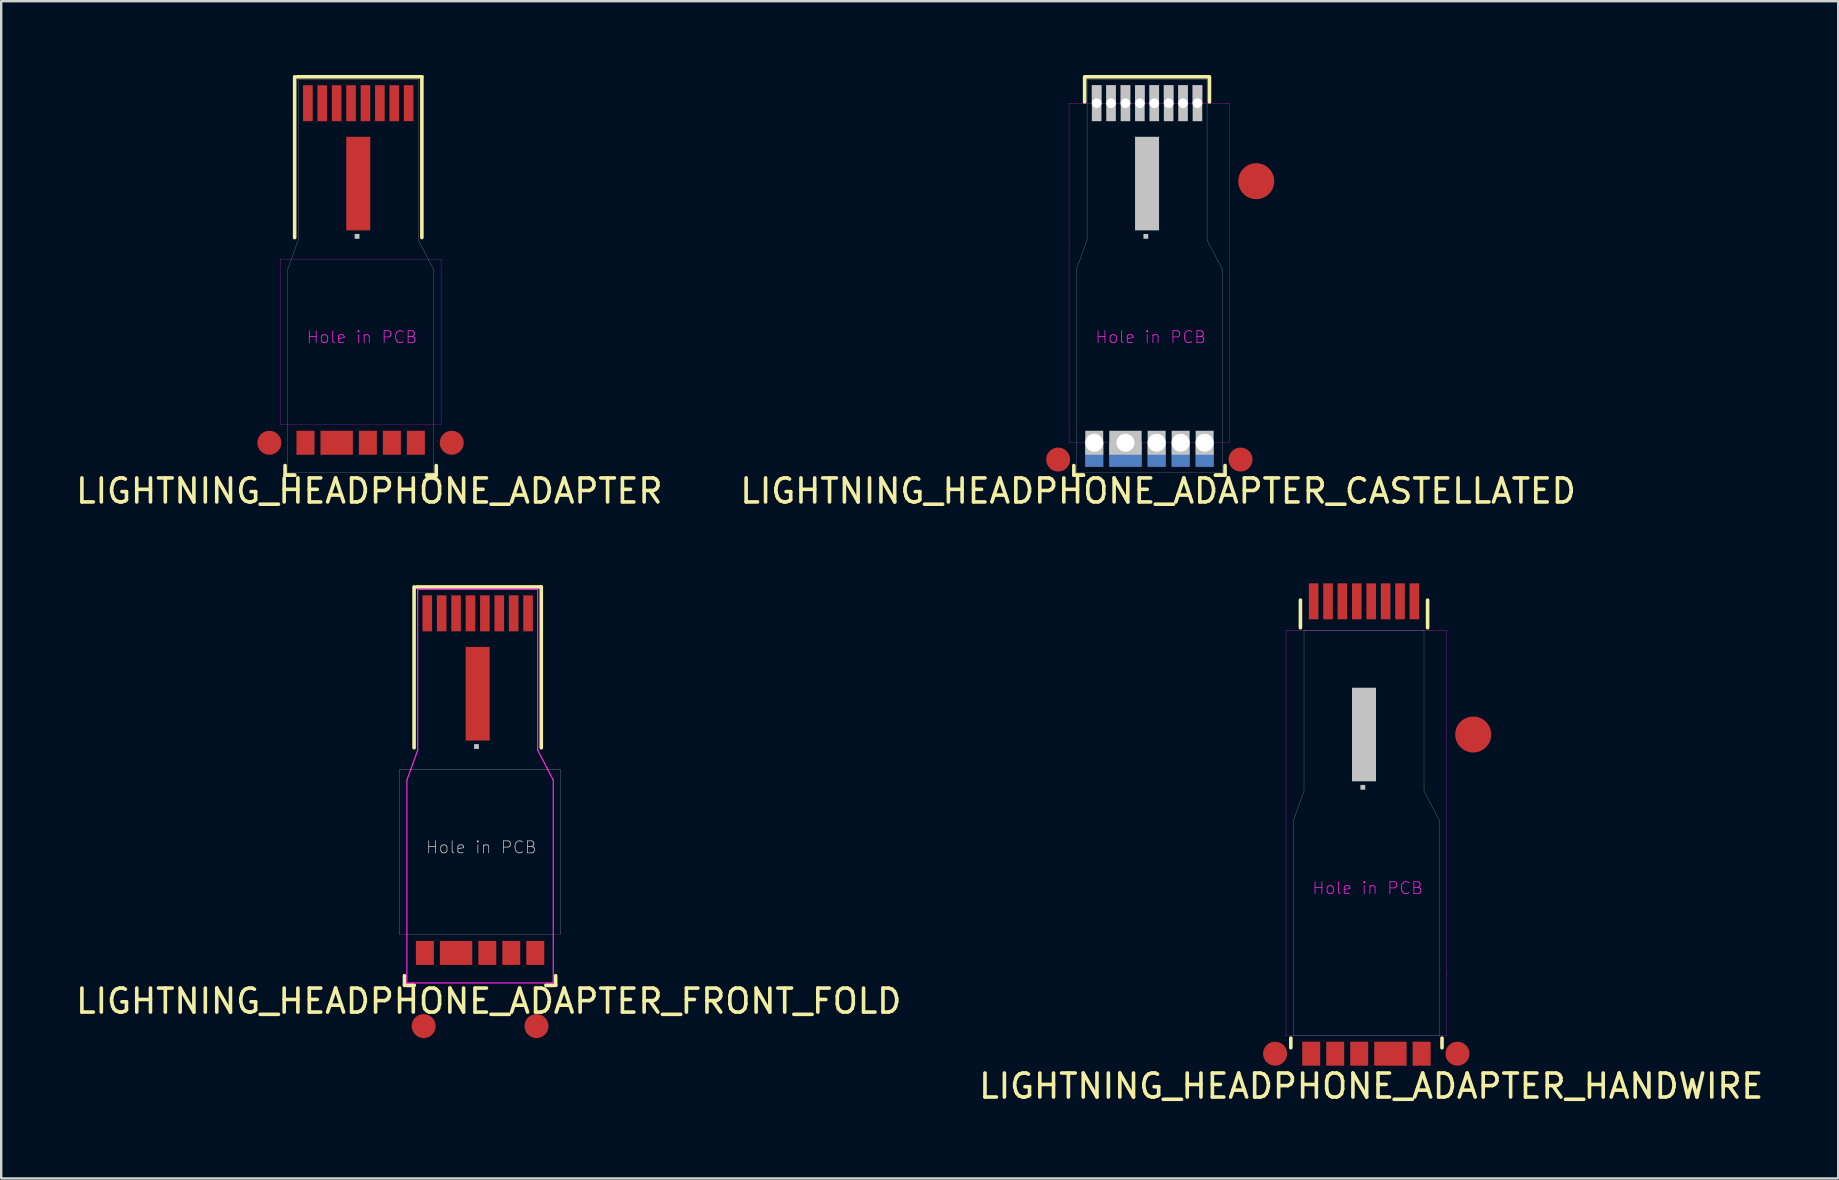
<source format=kicad_pcb>
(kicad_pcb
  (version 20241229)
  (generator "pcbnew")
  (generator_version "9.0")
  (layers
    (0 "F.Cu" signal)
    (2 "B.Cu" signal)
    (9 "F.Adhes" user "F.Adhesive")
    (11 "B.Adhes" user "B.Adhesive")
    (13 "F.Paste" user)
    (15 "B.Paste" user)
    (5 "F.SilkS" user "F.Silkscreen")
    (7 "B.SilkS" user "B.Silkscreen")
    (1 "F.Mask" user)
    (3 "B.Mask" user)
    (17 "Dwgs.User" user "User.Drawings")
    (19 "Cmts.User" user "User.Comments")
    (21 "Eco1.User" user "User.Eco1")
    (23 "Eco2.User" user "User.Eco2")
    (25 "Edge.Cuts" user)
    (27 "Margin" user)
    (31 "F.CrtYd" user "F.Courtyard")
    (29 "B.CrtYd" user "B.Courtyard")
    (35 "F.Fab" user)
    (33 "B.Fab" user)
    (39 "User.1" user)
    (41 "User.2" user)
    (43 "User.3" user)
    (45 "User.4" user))
  (footprint "LIGHTNING_HEADPHONE_ADAPTER_FRONT_FOLD"
    (layer "F.Cu")
    (at 13.905 21.508)
    (property "Reference" "LIGHTNING_HEADPHONE_ADAPTER_FRONT_FOLD" (at 3.41 17.16 0) (layer "F.SilkS") (effects (font (size 1 1) (thickness 0.15))))
    (attr through_hole)
    (fp_line (start -0.1 16.5) (end -0.1 16.1) (stroke (width 0.15) (type solid)) (layer "F.SilkS"))
    (fp_line (start 0 16.5) (end 0.3 16.5) (stroke (width 0.15) (type solid)) (layer "F.SilkS"))
    (fp_line (start 0.3 -0.1) (end 0.3 6.6) (stroke (width 0.15) (type solid)) (layer "F.SilkS"))
    (fp_line (start 0.3 16.5) (end -0.1 16.5) (stroke (width 0.15) (type solid)) (layer "F.SilkS"))
    (fp_line (start 0.4 -0.1) (end 5.6 -0.1) (stroke (width 0.15) (type solid)) (layer "F.SilkS"))
    (fp_line (start 5.6 -0.1) (end 5.6 6.6) (stroke (width 0.15) (type solid)) (layer "F.SilkS"))
    (fp_line (start 5.8 16.5) (end 6.2 16.5) (stroke (width 0.15) (type solid)) (layer "F.SilkS"))
    (fp_line (start 6.1 16.5) (end 5.8 16.5) (stroke (width 0.15) (type solid)) (layer "F.SilkS"))
    (fp_line (start 6.2 16.5) (end 6.2 16.1) (stroke (width 0.15) (type solid)) (layer "F.SilkS"))
    (fp_line (start -0.3 7.5) (end 6.4 7.5) (stroke (width 0.01) (type solid)) (layer "Dwgs.User"))
    (fp_line (start -0.3 14.4) (end -0.3 7.5) (stroke (width 0.01) (type solid)) (layer "Dwgs.User"))
    (fp_line (start 0 14.4) (end 6.1 14.4) (stroke (width 0.01) (type solid)) (layer "Dwgs.User"))
    (fp_line (start 6.4 7.5) (end 6.4 14.35) (stroke (width 0.01) (type solid)) (layer "Dwgs.User"))
    (fp_line (start 0 7.95) (end 0.45 6.7) (stroke (width 0.05) (type solid)) (layer "F.CrtYd"))
    (fp_line (start 0 14.4) (end -0.3 14.4) (stroke (width 0.01) (type solid)) (layer "F.CrtYd"))
    (fp_line (start 0 16.4) (end 0 7.95) (stroke (width 0.05) (type solid)) (layer "F.CrtYd"))
    (fp_line (start 0.45 0) (end 5.45 0) (stroke (width 0.05) (type solid)) (layer "F.CrtYd"))
    (fp_line (start 0.45 6.7) (end 0.45 0) (stroke (width 0.05) (type solid)) (layer "F.CrtYd"))
    (fp_line (start 5.45 0) (end 5.45 6.7) (stroke (width 0.05) (type solid)) (layer "F.CrtYd"))
    (fp_line (start 5.45 6.7) (end 6.1 7.95) (stroke (width 0.05) (type solid)) (layer "F.CrtYd"))
    (fp_line (start 6.1 7.95) (end 6.1 16.4) (stroke (width 0.05) (type solid)) (layer "F.CrtYd"))
    (fp_line (start 6.1 14.4) (end 6.4 14.4) (stroke (width 0.01) (type solid)) (layer "F.CrtYd"))
    (fp_line (start 6.1 16.4) (end 0 16.4) (stroke (width 0.05) (type solid)) (layer "F.CrtYd"))
    (fp_line (start 6.4 14.35) (end 6.4 14.4) (stroke (width 0.01) (type solid)) (layer "F.CrtYd"))
    (fp_text user "Hole in PCB" (at 3.1 10.75 0) (layer "Dwgs.User") (effects (font (size 0.5 0.5) (thickness 0.032))))
    (pad "" smd rect (at 2.9 6.55) (size 0.2 0.2) (layers "Dwgs.User"))
    (pad "1" smd rect (at 2.95 4.35) (size 1 3.9) (layers "F.Cu" "F.Mask" "F.Paste"))
    (pad "2" smd rect (at 0.85 1) (size 0.4 1.5) (layers "F.Cu" "F.Mask" "F.Paste"))
    (pad "3" smd rect (at 1.45 1) (size 0.4 1.5) (layers "F.Cu" "F.Mask" "F.Paste"))
    (pad "4" smd rect (at 2.05 1) (size 0.4 1.5) (layers "F.Cu" "F.Mask" "F.Paste"))
    (pad "5" smd rect (at 2.65 1) (size 0.4 1.5) (layers "F.Cu" "F.Mask" "F.Paste"))
    (pad "6" smd rect (at 3.25 1) (size 0.4 1.5) (layers "F.Cu" "F.Mask" "F.Paste"))
    (pad "7" smd rect (at 3.85 1) (size 0.4 1.5) (layers "F.Cu" "F.Mask" "F.Paste"))
    (pad "8" smd rect (at 4.45 1) (size 0.4 1.5) (layers "F.Cu" "F.Mask" "F.Paste"))
    (pad "9" smd rect (at 5.05 1) (size 0.4 1.5) (layers "F.Cu" "F.Mask" "F.Paste"))
    (pad "11" smd rect (at 0.75 15.15) (size 0.75 1) (layers "F.Cu" "F.Mask" "F.Paste"))
    (pad "12" smd rect (at 2.05 15.15) (size 1.35 1) (layers "F.Cu" "F.Mask" "F.Paste"))
    (pad "13" smd rect (at 3.35 15.15) (size 0.75 1) (layers "F.Cu" "F.Mask" "F.Paste"))
    (pad "14" smd rect (at 4.35 15.15) (size 0.75 1) (layers "F.Cu" "F.Mask" "F.Paste"))
    (pad "15" smd rect (at 5.35 15.15) (size 0.75 1) (layers "F.Cu" "F.Mask" "F.Paste"))
    (pad "16" smd circle (at 0.7 18.2) (size 1 1) (layers "F.Cu" "F.Mask" "F.Paste"))
    (pad "17" smd circle (at 5.4 18.2) (size 1 1) (layers "F.Cu" "F.Mask" "F.Paste")))
  (footprint "LIGHTNING_HEADPHONE_ADAPTER"
    (layer "F.Cu")
    (at 8.929 0.25)
    (property "Reference" "LIGHTNING_HEADPHONE_ADAPTER" (at 3.41 17.16 0) (layer "F.SilkS") (effects (font (size 1 1) (thickness 0.15))))
    (attr through_hole)
    (fp_line (start -0.1 16.5) (end -0.1 16.1) (stroke (width 0.15) (type solid)) (layer "F.SilkS"))
    (fp_line (start 0 16.5) (end 0.3 16.5) (stroke (width 0.15) (type solid)) (layer "F.SilkS"))
    (fp_line (start 0.3 -0.1) (end 0.3 6.6) (stroke (width 0.15) (type solid)) (layer "F.SilkS"))
    (fp_line (start 0.3 16.5) (end -0.1 16.5) (stroke (width 0.15) (type solid)) (layer "F.SilkS"))
    (fp_line (start 0.4 -0.1) (end 5.6 -0.1) (stroke (width 0.15) (type solid)) (layer "F.SilkS"))
    (fp_line (start 5.6 -0.1) (end 5.6 6.6) (stroke (width 0.15) (type solid)) (layer "F.SilkS"))
    (fp_line (start 5.8 16.5) (end 6.2 16.5) (stroke (width 0.15) (type solid)) (layer "F.SilkS"))
    (fp_line (start 6.1 16.5) (end 5.8 16.5) (stroke (width 0.15) (type solid)) (layer "F.SilkS"))
    (fp_line (start 6.2 16.5) (end 6.2 16.1) (stroke (width 0.15) (type solid)) (layer "F.SilkS"))
    (fp_line (start -0.3 7.5) (end 6.4 7.5) (stroke (width 0.01) (type solid)) (layer "F.CrtYd"))
    (fp_line (start -0.3 14.4) (end -0.3 7.5) (stroke (width 0.01) (type solid)) (layer "F.CrtYd"))
    (fp_line (start 0 14.4) (end -0.3 14.4) (stroke (width 0.01) (type solid)) (layer "F.CrtYd"))
    (fp_line (start 0 14.4) (end 6.1 14.4) (stroke (width 0.01) (type solid)) (layer "F.CrtYd"))
    (fp_line (start 6.1 14.4) (end 6.4 14.4) (stroke (width 0.01) (type solid)) (layer "F.CrtYd"))
    (fp_line (start 6.4 7.5) (end 6.4 14.35) (stroke (width 0.01) (type solid)) (layer "F.CrtYd"))
    (fp_line (start 6.4 14.35) (end 6.4 14.4) (stroke (width 0.01) (type solid)) (layer "F.CrtYd"))
    (fp_line (start 0 7.95) (end 0.45 6.7) (stroke (width 0.01) (type solid)) (layer "F.Fab"))
    (fp_line (start 0 16.4) (end 0 7.95) (stroke (width 0.01) (type solid)) (layer "F.Fab"))
    (fp_line (start 0.05 16.4) (end 0 16.4) (stroke (width 0.01) (type solid)) (layer "F.Fab"))
    (fp_line (start 0.05 16.4) (end 6.1 16.4) (stroke (width 0.01) (type solid)) (layer "F.Fab"))
    (fp_line (start 0.45 0) (end 5.45 0) (stroke (width 0.01) (type solid)) (layer "F.Fab"))
    (fp_line (start 0.45 6.7) (end 0.45 0) (stroke (width 0.01) (type solid)) (layer "F.Fab"))
    (fp_line (start 5.45 0) (end 5.45 6.7) (stroke (width 0.01) (type solid)) (layer "F.Fab"))
    (fp_line (start 5.45 6.7) (end 6.1 7.95) (stroke (width 0.01) (type solid)) (layer "F.Fab"))
    (fp_line (start 6.1 7.95) (end 6.1 16.4) (stroke (width 0.01) (type solid)) (layer "F.Fab"))
    (fp_text user "Hole in PCB" (at 3.1 10.75 0) (layer "F.CrtYd") (effects (font (size 0.5 0.5) (thickness 0.032))))
    (pad "" smd rect (at 2.9 6.55) (size 0.2 0.2) (layers "Dwgs.User"))
    (pad "1" smd rect (at 2.95 4.35) (size 1 3.9) (layers "F.Cu" "F.Mask" "F.Paste"))
    (pad "2" smd rect (at 0.85 1) (size 0.4 1.5) (layers "F.Cu" "F.Mask" "F.Paste"))
    (pad "3" smd rect (at 1.45 1) (size 0.4 1.5) (layers "F.Cu" "F.Mask" "F.Paste"))
    (pad "4" smd rect (at 2.05 1) (size 0.4 1.5) (layers "F.Cu" "F.Mask" "F.Paste"))
    (pad "5" smd rect (at 2.65 1) (size 0.4 1.5) (layers "F.Cu" "F.Mask" "F.Paste"))
    (pad "6" smd rect (at 3.25 1) (size 0.4 1.5) (layers "F.Cu" "F.Mask" "F.Paste"))
    (pad "7" smd rect (at 3.85 1) (size 0.4 1.5) (layers "F.Cu" "F.Mask" "F.Paste"))
    (pad "8" smd rect (at 4.45 1) (size 0.4 1.5) (layers "F.Cu" "F.Mask" "F.Paste"))
    (pad "9" smd rect (at 5.05 1) (size 0.4 1.5) (layers "F.Cu" "F.Mask" "F.Paste"))
    (pad "11" smd rect (at 0.75 15.15) (size 0.75 1) (layers "F.Cu" "F.Mask" "F.Paste"))
    (pad "12" smd rect (at 2.05 15.15) (size 1.35 1) (layers "F.Cu" "F.Mask" "F.Paste"))
    (pad "13" smd rect (at 3.35 15.15) (size 0.75 1) (layers "F.Cu" "F.Mask" "F.Paste"))
    (pad "14" smd rect (at 4.35 15.15) (size 0.75 1) (layers "F.Cu" "F.Mask" "F.Paste"))
    (pad "15" smd rect (at 5.35 15.15) (size 0.75 1) (layers "F.Cu" "F.Mask" "F.Paste"))
    (pad "16" smd circle (at -0.755 15.15) (size 1 1) (layers "F.Cu" "F.Mask" "F.Paste"))
    (pad "17" smd circle (at 6.845 15.15) (size 1 1) (layers "F.Cu" "F.Mask" "F.Paste")))
  (footprint "LIGHTNING_HEADPHONE_ADAPTER_CASTELLATED"
    (layer "F.Cu")
    (at 41.798 0.25)
    (property "Reference" "LIGHTNING_HEADPHONE_ADAPTER_CASTELLATED" (at 3.41 17.16 0) (layer "F.SilkS") (effects (font (size 1 1) (thickness 0.15))))
    (attr through_hole)
    (fp_line (start -0.1 16.5) (end -0.1 16.1) (stroke (width 0.15) (type solid)) (layer "F.SilkS"))
    (fp_line (start 0 16.5) (end 0.3 16.5) (stroke (width 0.15) (type solid)) (layer "F.SilkS"))
    (fp_line (start 0.3 16.5) (end -0.1 16.5) (stroke (width 0.15) (type solid)) (layer "F.SilkS"))
    (fp_line (start 0.35 -0.1) (end 0.35 0.95) (stroke (width 0.15) (type solid)) (layer "F.SilkS"))
    (fp_line (start 0.4 -0.1) (end 5.5 -0.1) (stroke (width 0.15) (type solid)) (layer "F.SilkS"))
    (fp_line (start 5.55 -0.1) (end 5.55 0.95) (stroke (width 0.15) (type solid)) (layer "F.SilkS"))
    (fp_line (start 5.8 16.5) (end 6.2 16.5) (stroke (width 0.15) (type solid)) (layer "F.SilkS"))
    (fp_line (start 6.1 16.5) (end 5.8 16.5) (stroke (width 0.15) (type solid)) (layer "F.SilkS"))
    (fp_line (start 6.2 16.5) (end 6.2 16.1) (stroke (width 0.15) (type solid)) (layer "F.SilkS"))
    (fp_line (start -0.3 1) (end 6.4 1) (stroke (width 0.01) (type solid)) (layer "F.CrtYd"))
    (fp_line (start -0.3 15.15) (end -0.3 1) (stroke (width 0.01) (type solid)) (layer "F.CrtYd"))
    (fp_line (start 0 15.15) (end -0.3 15.15) (stroke (width 0.01) (type solid)) (layer "F.CrtYd"))
    (fp_line (start 0 15.15) (end 6.1 15.15) (stroke (width 0.01) (type solid)) (layer "F.CrtYd"))
    (fp_line (start 6.1 15.15) (end 6.4 15.15) (stroke (width 0.01) (type solid)) (layer "F.CrtYd"))
    (fp_line (start 6.4 1) (end 6.4 15.15) (stroke (width 0.01) (type solid)) (layer "F.CrtYd"))
    (fp_line (start 0 7.95) (end 0.45 6.7) (stroke (width 0.01) (type solid)) (layer "F.Fab"))
    (fp_line (start 0 16.4) (end 0 7.95) (stroke (width 0.01) (type solid)) (layer "F.Fab"))
    (fp_line (start 0.05 16.4) (end 0 16.4) (stroke (width 0.01) (type solid)) (layer "F.Fab"))
    (fp_line (start 0.05 16.4) (end 6.1 16.4) (stroke (width 0.01) (type solid)) (layer "F.Fab"))
    (fp_line (start 0.45 0) (end 5.45 0) (stroke (width 0.01) (type solid)) (layer "F.Fab"))
    (fp_line (start 0.45 6.7) (end 0.45 0) (stroke (width 0.01) (type solid)) (layer "F.Fab"))
    (fp_line (start 5.45 0) (end 5.45 6.7) (stroke (width 0.01) (type solid)) (layer "F.Fab"))
    (fp_line (start 5.45 6.7) (end 6.1 7.95) (stroke (width 0.01) (type solid)) (layer "F.Fab"))
    (fp_line (start 6.1 7.95) (end 6.1 16.4) (stroke (width 0.01) (type solid)) (layer "F.Fab"))
    (fp_text user "Hole in PCB" (at 3.1 10.75 0) (layer "F.CrtYd") (effects (font (size 0.5 0.5) (thickness 0.032))))
    (pad "" smd rect (at 0.75 15.15) (size 0.75 1) (layers "Dwgs.User"))
    (pad "" smd rect (at 0.85 1) (size 0.4 1.5) (layers "Dwgs.User"))
    (pad "" smd rect (at 1.45 1) (size 0.4 1.5) (layers "Dwgs.User"))
    (pad "" smd rect (at 2.05 1) (size 0.4 1.5) (layers "Dwgs.User"))
    (pad "" smd rect (at 2.05 15.15) (size 1.35 1) (layers "Dwgs.User"))
    (pad "" smd rect (at 2.65 1) (size 0.4 1.5) (layers "Dwgs.User"))
    (pad "" smd rect (at 2.9 6.55) (size 0.2 0.2) (layers "Dwgs.User"))
    (pad "" smd rect (at 2.95 4.35) (size 1 3.9) (layers "Dwgs.User"))
    (pad "" smd rect (at 3.25 1) (size 0.4 1.5) (layers "Dwgs.User"))
    (pad "" smd rect (at 3.35 15.15) (size 0.75 1) (layers "Dwgs.User"))
    (pad "" smd rect (at 3.85 1) (size 0.4 1.5) (layers "Dwgs.User"))
    (pad "" smd rect (at 4.35 15.15) (size 0.75 1) (layers "Dwgs.User"))
    (pad "" smd rect (at 4.45 1) (size 0.4 1.5) (layers "Dwgs.User"))
    (pad "" smd rect (at 5.05 1) (size 0.4 1.5) (layers "Dwgs.User"))
    (pad "" smd rect (at 5.35 15.15) (size 0.75 1) (layers "Dwgs.User"))
    (pad "1" smd circle (at 7.5 4.25) (size 1.5 1.5) (layers "F.Cu" "F.Mask"))
    (pad "2" smd rect (at 0.85 0.625) (size 0.4 0.75) (layers "F.Cu" "F.Mask"))
    (pad "2" smd rect (at 0.85 0.625) (size 0.4 0.75) (layers "B.Cu" "B.Mask"))
    (pad "2" thru_hole circle (at 0.85 1) (size 0.4 0.4) (drill 0.4) (layers "*.Cu" "*.Mask"))
    (pad "3" smd rect (at 1.45 0.625) (size 0.4 0.75) (layers "F.Cu" "F.Mask"))
    (pad "3" smd rect (at 1.45 0.625) (size 0.4 0.75) (layers "B.Cu" "B.Mask"))
    (pad "3" thru_hole circle (at 1.45 1) (size 0.4 0.4) (drill 0.4) (layers "*.Cu" "*.Mask"))
    (pad "4" smd rect (at 2.05 0.625) (size 0.4 0.75) (layers "F.Cu" "F.Mask"))
    (pad "4" smd rect (at 2.05 0.625) (size 0.4 0.75) (layers "B.Cu" "B.Mask"))
    (pad "4" thru_hole circle (at 2.05 1) (size 0.4 0.4) (drill 0.4) (layers "*.Cu" "*.Mask"))
    (pad "5" smd rect (at 2.65 0.625) (size 0.4 0.75) (layers "F.Cu" "F.Mask"))
    (pad "5" smd rect (at 2.65 0.625) (size 0.4 0.75) (layers "B.Cu" "B.Mask"))
    (pad "5" thru_hole circle (at 2.65 1) (size 0.4 0.4) (drill 0.4) (layers "*.Cu" "*.Mask"))
    (pad "6" smd rect (at 3.25 0.625) (size 0.4 0.75) (layers "F.Cu" "F.Mask"))
    (pad "6" smd rect (at 3.25 0.625) (size 0.4 0.75) (layers "B.Cu" "B.Mask"))
    (pad "6" thru_hole circle (at 3.25 1) (size 0.4 0.4) (drill 0.4) (layers "*.Cu" "*.Mask"))
    (pad "7" smd rect (at 3.85 0.625) (size 0.4 0.75) (layers "F.Cu" "F.Mask"))
    (pad "7" smd rect (at 3.85 0.625) (size 0.4 0.75) (layers "B.Cu" "B.Mask"))
    (pad "7" thru_hole circle (at 3.85 1) (size 0.4 0.4) (drill 0.4) (layers "*.Cu" "*.Mask"))
    (pad "8" smd rect (at 4.45 0.625) (size 0.4 0.75) (layers "F.Cu" "F.Mask"))
    (pad "8" smd rect (at 4.45 0.625) (size 0.4 0.75) (layers "B.Cu" "B.Mask"))
    (pad "8" thru_hole circle (at 4.45 1) (size 0.4 0.4) (drill 0.4) (layers "*.Cu" "*.Mask"))
    (pad "9" smd rect (at 5.05 0.625) (size 0.4 0.75) (layers "F.Cu" "F.Mask"))
    (pad "9" smd rect (at 5.05 0.625) (size 0.4 0.75) (layers "B.Cu" "B.Mask"))
    (pad "9" thru_hole circle (at 5.05 1) (size 0.4 0.4) (drill 0.4) (layers "*.Cu" "*.Mask"))
    (pad "11" thru_hole circle (at 0.75 15.15) (size 0.75 0.75) (drill 0.75) (layers "*.Cu" "*.Mask"))
    (pad "11" smd rect (at 0.75 15.65) (size 0.75 1) (layers "F.Cu" "F.Mask"))
    (pad "11" smd rect (at 0.75 15.65) (size 0.75 1) (layers "B.Cu" "B.Mask"))
    (pad "12" thru_hole circle (at 2.05 15.15) (size 0.75 0.75) (drill 0.75) (layers "*.Cu" "*.Mask"))
    (pad "12" smd rect (at 2.05 15.65) (size 1.35 1) (layers "F.Cu" "F.Mask"))
    (pad "12" smd rect (at 2.05 15.65) (size 1.35 1) (layers "B.Cu" "B.Mask"))
    (pad "13" thru_hole circle (at 3.35 15.15) (size 0.75 0.75) (drill 0.75) (layers "*.Cu" "*.Mask"))
    (pad "13" smd rect (at 3.35 15.65) (size 0.75 1) (layers "F.Cu" "F.Mask"))
    (pad "13" smd rect (at 3.35 15.65) (size 0.75 1) (layers "B.Cu" "B.Mask"))
    (pad "14" thru_hole circle (at 4.35 15.15) (size 0.75 0.75) (drill 0.75) (layers "*.Cu" "*.Mask"))
    (pad "14" smd rect (at 4.35 15.65) (size 0.75 1) (layers "F.Cu" "F.Mask"))
    (pad "14" smd rect (at 4.35 15.65) (size 0.75 1) (layers "B.Cu" "B.Mask"))
    (pad "15" thru_hole circle (at 5.35 15.15) (size 0.75 0.75) (drill 0.75) (layers "*.Cu" "*.Mask"))
    (pad "15" smd rect (at 5.35 15.65) (size 0.75 1) (layers "F.Cu" "F.Mask"))
    (pad "15" smd rect (at 5.35 15.65) (size 0.75 1) (layers "B.Cu" "B.Mask"))
    (pad "16" smd circle (at -0.755 15.85) (size 1 1) (layers "F.Cu" "F.Mask"))
    (pad "17" smd circle (at 6.845 15.85) (size 1 1) (layers "F.Cu" "F.Mask")))
  (footprint "LIGHTNING_HEADPHONE_ADAPTER_HANDWIRE"
    (layer "F.Cu")
    (at 50.839 23.208)
    (property "Reference" "LIGHTNING_HEADPHONE_ADAPTER_HANDWIRE" (at 3.25 19 0) (layer "F.SilkS") (effects (font (size 1 1) (thickness 0.15))))
    (attr through_hole)
    (fp_line (start -0.1 17.4) (end -0.1 17) (stroke (width 0.15) (type solid)) (layer "F.SilkS"))
    (fp_line (start 0.3 -0.1) (end 0.3 -1.25) (stroke (width 0.15) (type solid)) (layer "F.SilkS"))
    (fp_line (start 5.6 -0.1) (end 5.6 -1.25) (stroke (width 0.15) (type solid)) (layer "F.SilkS"))
    (fp_line (start 6.2 17.4) (end 6.2 17) (stroke (width 0.15) (type solid)) (layer "F.SilkS"))
    (fp_line (start -0.3 0) (end 6.4 0) (stroke (width 0.01) (type solid)) (layer "F.CrtYd"))
    (fp_line (start -0.3 16.9) (end -0.3 0) (stroke (width 0.01) (type solid)) (layer "F.CrtYd"))
    (fp_line (start -0.3 16.9) (end 6.4 16.9) (stroke (width 0.01) (type solid)) (layer "F.CrtYd"))
    (fp_line (start 6.4 0) (end 6.4 16.9) (stroke (width 0.01) (type solid)) (layer "F.CrtYd"))
    (fp_line (start 6.4 14.35) (end 6.4 14.4) (stroke (width 0.01) (type solid)) (layer "F.CrtYd"))
    (fp_line (start 0 7.95) (end 0.45 6.7) (stroke (width 0.01) (type solid)) (layer "F.Fab"))
    (fp_line (start 0 16.9) (end 0 7.95) (stroke (width 0.01) (type solid)) (layer "F.Fab"))
    (fp_line (start 0 16.9) (end 6.1 16.9) (stroke (width 0.01) (type solid)) (layer "F.Fab"))
    (fp_line (start 0.45 0) (end 5.45 0) (stroke (width 0.01) (type solid)) (layer "F.Fab"))
    (fp_line (start 0.45 6.7) (end 0.45 0) (stroke (width 0.01) (type solid)) (layer "F.Fab"))
    (fp_line (start 5.45 0) (end 5.45 6.7) (stroke (width 0.01) (type solid)) (layer "F.Fab"))
    (fp_line (start 5.45 6.7) (end 6.1 7.95) (stroke (width 0.01) (type solid)) (layer "F.Fab"))
    (fp_line (start 6.1 7.95) (end 6.1 16.9) (stroke (width 0.01) (type solid)) (layer "F.Fab"))
    (fp_text user "Hole in PCB" (at 3.1 10.75 0) (layer "F.CrtYd") (effects (font (size 0.5 0.5) (thickness 0.032))))
    (pad "" smd rect (at 2.9 6.55) (size 0.2 0.2) (layers "Dwgs.User"))
    (pad "" smd rect (at 2.95 4.35) (size 1 3.9) (layers "Dwgs.User"))
    (pad "1" smd circle (at 7.5 4.35) (size 1.5 1.5) (layers "F.Cu" "F.Mask" "F.Paste"))
    (pad "2" smd rect (at 5.05 -1.2) (size 0.4 1.5) (layers "F.Cu" "F.Mask" "F.Paste"))
    (pad "3" smd rect (at 4.45 -1.2) (size 0.4 1.5) (layers "F.Cu" "F.Mask" "F.Paste"))
    (pad "4" smd rect (at 3.85 -1.2) (size 0.4 1.5) (layers "F.Cu" "F.Mask" "F.Paste"))
    (pad "5" smd rect (at 3.25 -1.2) (size 0.4 1.5) (layers "F.Cu" "F.Mask" "F.Paste"))
    (pad "6" smd rect (at 2.65 -1.2) (size 0.4 1.5) (layers "F.Cu" "F.Mask" "F.Paste"))
    (pad "7" smd rect (at 2.05 -1.2) (size 0.4 1.5) (layers "F.Cu" "F.Mask" "F.Paste"))
    (pad "8" smd rect (at 1.45 -1.2) (size 0.4 1.5) (layers "F.Cu" "F.Mask" "F.Paste"))
    (pad "9" smd rect (at 0.85 -1.2) (size 0.4 1.5) (layers "F.Cu" "F.Mask" "F.Paste"))
    (pad "11" smd rect (at 5.35 17.65) (size 0.75 1) (layers "F.Cu" "F.Mask" "F.Paste"))
    (pad "12" smd rect (at 4.05 17.65) (size 1.35 1) (layers "F.Cu" "F.Mask" "F.Paste"))
    (pad "13" smd rect (at 2.75 17.65) (size 0.75 1) (layers "F.Cu" "F.Mask" "F.Paste"))
    (pad "14" smd rect (at 1.75 17.65) (size 0.75 1) (layers "F.Cu" "F.Mask" "F.Paste"))
    (pad "15" smd rect (at 0.75 17.65) (size 0.75 1) (layers "F.Cu" "F.Mask" "F.Paste"))
    (pad "16" smd circle (at 6.845 17.65) (size 1 1) (layers "F.Cu" "F.Mask" "F.Paste"))
    (pad "17" smd circle (at -0.755 17.65) (size 1 1) (layers "F.Cu" "F.Mask" "F.Paste")))
  (gr_rect
    (start -3 -3)
    (end 73.548 46.056)
    (stroke (width 0.1) (type default))
    (fill no)
    (layer "Edge.Cuts")))
</source>
